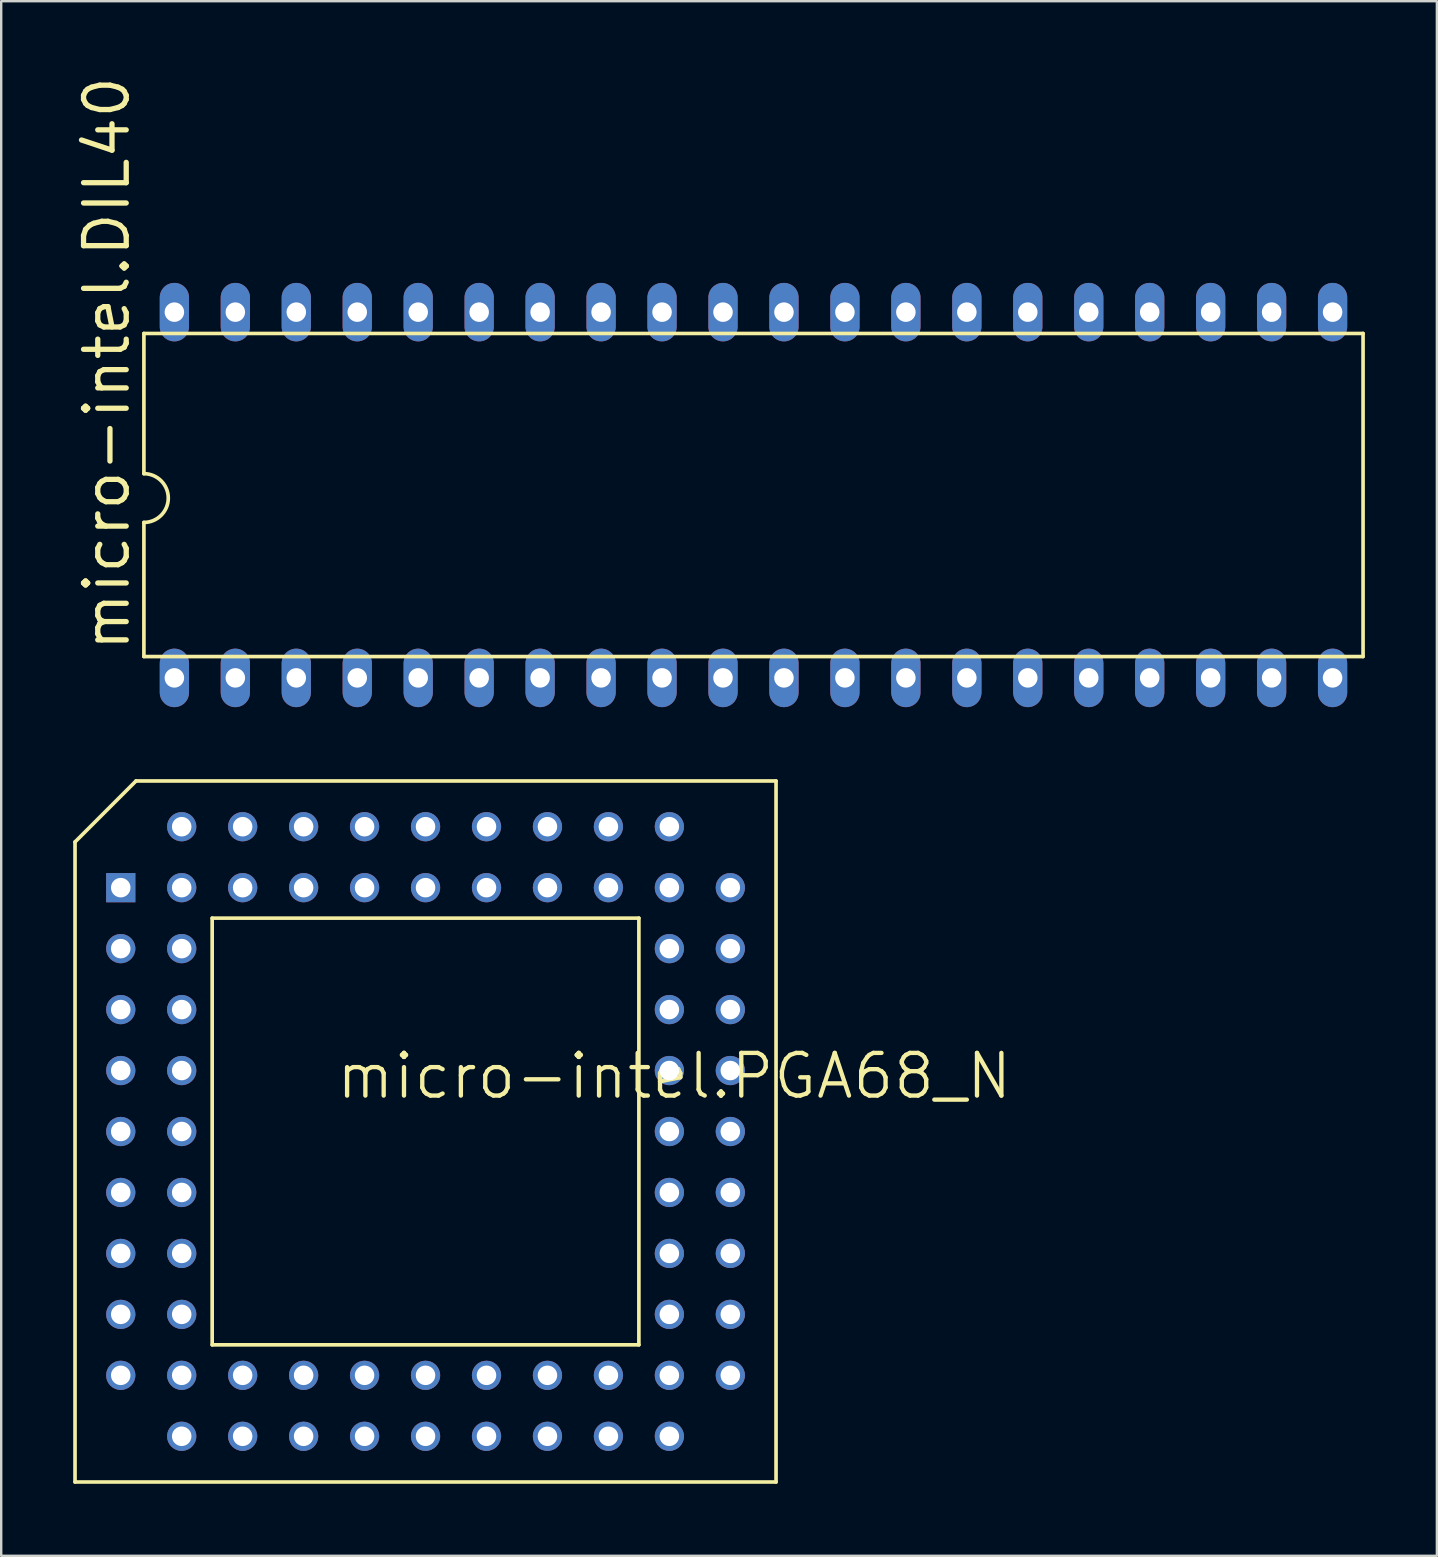
<source format=kicad_pcb>
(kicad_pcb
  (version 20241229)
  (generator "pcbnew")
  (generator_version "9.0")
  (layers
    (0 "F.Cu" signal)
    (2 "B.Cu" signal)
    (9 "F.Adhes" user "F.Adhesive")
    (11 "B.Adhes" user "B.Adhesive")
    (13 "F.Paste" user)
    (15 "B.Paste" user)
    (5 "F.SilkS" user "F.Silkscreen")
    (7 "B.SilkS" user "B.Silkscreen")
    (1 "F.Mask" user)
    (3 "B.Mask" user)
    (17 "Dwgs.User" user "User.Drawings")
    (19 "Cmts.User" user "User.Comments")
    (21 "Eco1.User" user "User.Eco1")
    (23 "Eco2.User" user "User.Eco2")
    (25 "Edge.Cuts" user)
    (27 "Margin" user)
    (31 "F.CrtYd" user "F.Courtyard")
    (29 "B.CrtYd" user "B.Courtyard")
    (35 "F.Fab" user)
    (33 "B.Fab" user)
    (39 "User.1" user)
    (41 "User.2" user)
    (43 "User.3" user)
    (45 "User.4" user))
  (footprint "micro-intel.PGA68_N"
    (layer "F.Cu")
    (at 14.681 44.097)
    (property "Reference" "micro-intel.PGA68_N" (at -3.81 -1.27 0) (layer "F.SilkS") (effects (font (size 1.778 1.778) (thickness 0.18)) (justify left bottom)))
    (attr through_hole)
    (fp_line (start -14.605 -12.065) (end -12.065 -14.605) (stroke (width 0.152) (type default)) (layer "F.SilkS"))
    (fp_line (start -14.605 14.605) (end -14.605 -12.065) (stroke (width 0.152) (type default)) (layer "F.SilkS"))
    (fp_line (start -12.065 -14.605) (end 14.605 -14.605) (stroke (width 0.152) (type default)) (layer "F.SilkS"))
    (fp_line (start -8.89 8.89) (end -8.89 -8.89) (stroke (width 0.152) (type default)) (layer "F.SilkS"))
    (fp_line (start -8.89 8.89) (end 8.89 8.89) (stroke (width 0.152) (type default)) (layer "F.SilkS"))
    (fp_line (start 8.89 -8.89) (end -8.89 -8.89) (stroke (width 0.152) (type default)) (layer "F.SilkS"))
    (fp_line (start 8.89 -8.89) (end 8.89 8.89) (stroke (width 0.152) (type default)) (layer "F.SilkS"))
    (fp_line (start 14.605 -14.605) (end 14.605 14.605) (stroke (width 0.152) (type default)) (layer "F.SilkS"))
    (fp_line (start 14.605 14.605) (end -14.605 14.605) (stroke (width 0.152) (type default)) (layer "F.SilkS"))
    (pad "1" thru_hole rect (at -12.7 -10.16 270) (size 1.219 1.219) (drill 0.813) (layers "*.Cu" "*.Mask"))
    (pad "2" thru_hole circle (at -10.16 -10.16 270) (size 1.219 1.219) (drill 0.813) (layers "*.Cu" "*.Mask"))
    (pad "3" thru_hole circle (at -12.7 -7.62 270) (size 1.219 1.219) (drill 0.813) (layers "*.Cu" "*.Mask"))
    (pad "4" thru_hole circle (at -10.16 -7.62 270) (size 1.219 1.219) (drill 0.813) (layers "*.Cu" "*.Mask"))
    (pad "5" thru_hole circle (at -12.7 -5.08 270) (size 1.219 1.219) (drill 0.813) (layers "*.Cu" "*.Mask"))
    (pad "6" thru_hole circle (at -10.16 -5.08 270) (size 1.219 1.219) (drill 0.813) (layers "*.Cu" "*.Mask"))
    (pad "7" thru_hole circle (at -12.7 -2.54 270) (size 1.219 1.219) (drill 0.813) (layers "*.Cu" "*.Mask"))
    (pad "8" thru_hole circle (at -10.16 -2.54 270) (size 1.219 1.219) (drill 0.813) (layers "*.Cu" "*.Mask"))
    (pad "9" thru_hole circle (at -12.7 0 270) (size 1.219 1.219) (drill 0.813) (layers "*.Cu" "*.Mask"))
    (pad "10" thru_hole circle (at -10.16 0 270) (size 1.219 1.219) (drill 0.813) (layers "*.Cu" "*.Mask"))
    (pad "11" thru_hole circle (at -12.7 2.54 270) (size 1.219 1.219) (drill 0.813) (layers "*.Cu" "*.Mask"))
    (pad "12" thru_hole circle (at -10.16 2.54 270) (size 1.219 1.219) (drill 0.813) (layers "*.Cu" "*.Mask"))
    (pad "13" thru_hole circle (at -12.7 5.08 270) (size 1.219 1.219) (drill 0.813) (layers "*.Cu" "*.Mask"))
    (pad "14" thru_hole circle (at -10.16 5.08 270) (size 1.219 1.219) (drill 0.813) (layers "*.Cu" "*.Mask"))
    (pad "15" thru_hole circle (at -12.7 7.62 270) (size 1.219 1.219) (drill 0.813) (layers "*.Cu" "*.Mask"))
    (pad "16" thru_hole circle (at -10.16 7.62 270) (size 1.219 1.219) (drill 0.813) (layers "*.Cu" "*.Mask"))
    (pad "17" thru_hole circle (at -12.7 10.16 270) (size 1.219 1.219) (drill 0.813) (layers "*.Cu" "*.Mask"))
    (pad "18" thru_hole circle (at -10.16 12.7 270) (size 1.219 1.219) (drill 0.813) (layers "*.Cu" "*.Mask"))
    (pad "19" thru_hole circle (at -10.16 10.16 270) (size 1.219 1.219) (drill 0.813) (layers "*.Cu" "*.Mask"))
    (pad "20" thru_hole circle (at -7.62 12.7 270) (size 1.219 1.219) (drill 0.813) (layers "*.Cu" "*.Mask"))
    (pad "21" thru_hole circle (at -7.62 10.16 270) (size 1.219 1.219) (drill 0.813) (layers "*.Cu" "*.Mask"))
    (pad "22" thru_hole circle (at -5.08 12.7 270) (size 1.219 1.219) (drill 0.813) (layers "*.Cu" "*.Mask"))
    (pad "23" thru_hole circle (at -5.08 10.16 270) (size 1.219 1.219) (drill 0.813) (layers "*.Cu" "*.Mask"))
    (pad "24" thru_hole circle (at -2.54 12.7 270) (size 1.219 1.219) (drill 0.813) (layers "*.Cu" "*.Mask"))
    (pad "25" thru_hole circle (at -2.54 10.16 270) (size 1.219 1.219) (drill 0.813) (layers "*.Cu" "*.Mask"))
    (pad "26" thru_hole circle (at 0 12.7 270) (size 1.219 1.219) (drill 0.813) (layers "*.Cu" "*.Mask"))
    (pad "27" thru_hole circle (at 0 10.16 270) (size 1.219 1.219) (drill 0.813) (layers "*.Cu" "*.Mask"))
    (pad "28" thru_hole circle (at 2.54 12.7 270) (size 1.219 1.219) (drill 0.813) (layers "*.Cu" "*.Mask"))
    (pad "29" thru_hole circle (at 2.54 10.16 270) (size 1.219 1.219) (drill 0.813) (layers "*.Cu" "*.Mask"))
    (pad "30" thru_hole circle (at 5.08 12.7 270) (size 1.219 1.219) (drill 0.813) (layers "*.Cu" "*.Mask"))
    (pad "31" thru_hole circle (at 5.08 10.16 270) (size 1.219 1.219) (drill 0.813) (layers "*.Cu" "*.Mask"))
    (pad "32" thru_hole circle (at 7.62 12.7 270) (size 1.219 1.219) (drill 0.813) (layers "*.Cu" "*.Mask"))
    (pad "33" thru_hole circle (at 7.62 10.16 270) (size 1.219 1.219) (drill 0.813) (layers "*.Cu" "*.Mask"))
    (pad "34" thru_hole circle (at 10.16 12.7 270) (size 1.219 1.219) (drill 0.813) (layers "*.Cu" "*.Mask"))
    (pad "35" thru_hole circle (at 12.7 10.16 270) (size 1.219 1.219) (drill 0.813) (layers "*.Cu" "*.Mask"))
    (pad "36" thru_hole circle (at 10.16 10.16 270) (size 1.219 1.219) (drill 0.813) (layers "*.Cu" "*.Mask"))
    (pad "37" thru_hole circle (at 12.7 7.62 270) (size 1.219 1.219) (drill 0.813) (layers "*.Cu" "*.Mask"))
    (pad "38" thru_hole circle (at 10.16 7.62 270) (size 1.219 1.219) (drill 0.813) (layers "*.Cu" "*.Mask"))
    (pad "39" thru_hole circle (at 12.7 5.08 270) (size 1.219 1.219) (drill 0.813) (layers "*.Cu" "*.Mask"))
    (pad "40" thru_hole circle (at 10.16 5.08 270) (size 1.219 1.219) (drill 0.813) (layers "*.Cu" "*.Mask"))
    (pad "41" thru_hole circle (at 12.7 2.54 270) (size 1.219 1.219) (drill 0.813) (layers "*.Cu" "*.Mask"))
    (pad "42" thru_hole circle (at 10.16 2.54 270) (size 1.219 1.219) (drill 0.813) (layers "*.Cu" "*.Mask"))
    (pad "43" thru_hole circle (at 12.7 0 270) (size 1.219 1.219) (drill 0.813) (layers "*.Cu" "*.Mask"))
    (pad "44" thru_hole circle (at 10.16 0 270) (size 1.219 1.219) (drill 0.813) (layers "*.Cu" "*.Mask"))
    (pad "45" thru_hole circle (at 12.7 -2.54 270) (size 1.219 1.219) (drill 0.813) (layers "*.Cu" "*.Mask"))
    (pad "46" thru_hole circle (at 10.16 -2.54 270) (size 1.219 1.219) (drill 0.813) (layers "*.Cu" "*.Mask"))
    (pad "47" thru_hole circle (at 12.7 -5.08 270) (size 1.219 1.219) (drill 0.813) (layers "*.Cu" "*.Mask"))
    (pad "48" thru_hole circle (at 10.16 -5.08 270) (size 1.219 1.219) (drill 0.813) (layers "*.Cu" "*.Mask"))
    (pad "49" thru_hole circle (at 12.7 -7.62 270) (size 1.219 1.219) (drill 0.813) (layers "*.Cu" "*.Mask"))
    (pad "50" thru_hole circle (at 10.16 -7.62 270) (size 1.219 1.219) (drill 0.813) (layers "*.Cu" "*.Mask"))
    (pad "51" thru_hole circle (at 12.7 -10.16 270) (size 1.219 1.219) (drill 0.813) (layers "*.Cu" "*.Mask"))
    (pad "52" thru_hole circle (at 10.16 -12.7 270) (size 1.219 1.219) (drill 0.813) (layers "*.Cu" "*.Mask"))
    (pad "53" thru_hole circle (at 10.16 -10.16 270) (size 1.219 1.219) (drill 0.813) (layers "*.Cu" "*.Mask"))
    (pad "54" thru_hole circle (at 7.62 -12.7 270) (size 1.219 1.219) (drill 0.813) (layers "*.Cu" "*.Mask"))
    (pad "55" thru_hole circle (at 7.62 -10.16 270) (size 1.219 1.219) (drill 0.813) (layers "*.Cu" "*.Mask"))
    (pad "56" thru_hole circle (at 5.08 -12.7 270) (size 1.219 1.219) (drill 0.813) (layers "*.Cu" "*.Mask"))
    (pad "57" thru_hole circle (at 5.08 -10.16 270) (size 1.219 1.219) (drill 0.813) (layers "*.Cu" "*.Mask"))
    (pad "58" thru_hole circle (at 2.54 -12.7 270) (size 1.219 1.219) (drill 0.813) (layers "*.Cu" "*.Mask"))
    (pad "59" thru_hole circle (at 2.54 -10.16 270) (size 1.219 1.219) (drill 0.813) (layers "*.Cu" "*.Mask"))
    (pad "60" thru_hole circle (at 0 -12.7 270) (size 1.219 1.219) (drill 0.813) (layers "*.Cu" "*.Mask"))
    (pad "61" thru_hole circle (at 0 -10.16 270) (size 1.219 1.219) (drill 0.813) (layers "*.Cu" "*.Mask"))
    (pad "62" thru_hole circle (at -2.54 -12.7 270) (size 1.219 1.219) (drill 0.813) (layers "*.Cu" "*.Mask"))
    (pad "63" thru_hole circle (at -2.54 -10.16 270) (size 1.219 1.219) (drill 0.813) (layers "*.Cu" "*.Mask"))
    (pad "64" thru_hole circle (at -5.08 -12.7 270) (size 1.219 1.219) (drill 0.813) (layers "*.Cu" "*.Mask"))
    (pad "65" thru_hole circle (at -5.08 -10.16 270) (size 1.219 1.219) (drill 0.813) (layers "*.Cu" "*.Mask"))
    (pad "66" thru_hole circle (at -7.62 -12.7 270) (size 1.219 1.219) (drill 0.813) (layers "*.Cu" "*.Mask"))
    (pad "67" thru_hole circle (at -7.62 -10.16 270) (size 1.219 1.219) (drill 0.813) (layers "*.Cu" "*.Mask"))
    (pad "68" thru_hole circle (at -10.16 -12.7 270) (size 1.219 1.219) (drill 0.813) (layers "*.Cu" "*.Mask")))
  (footprint "micro-intel.DIL40"
    (layer "F.Cu")
    (at 28.346 17.576)
    (property "Reference" "micro-intel.DIL40" (at -25.908 6.604 90) (layer "F.SilkS") (effects (font (size 1.778 1.778) (thickness 0.22)) (justify left bottom)))
    (attr through_hole)
    (fp_line (start -25.4 -6.731) (end -25.4 -0.889) (stroke (width 0.152) (type default)) (layer "F.SilkS"))
    (fp_line (start -25.4 6.731) (end -25.4 1.143) (stroke (width 0.152) (type default)) (layer "F.SilkS"))
    (fp_line (start -25.4 6.731) (end 25.4 6.731) (stroke (width 0.152) (type default)) (layer "F.SilkS"))
    (fp_line (start 25.4 -6.731) (end -25.4 -6.731) (stroke (width 0.152) (type default)) (layer "F.SilkS"))
    (fp_line (start 25.4 -6.731) (end 25.4 6.731) (stroke (width 0.152) (type default)) (layer "F.SilkS"))
    (fp_arc (start -25.4 -0.889) (mid -24.384 0.127) (end -25.4 1.143) (stroke (width 0.1524) (type default)) (layer "F.SilkS"))
    (pad "1" thru_hole oval (at -24.13 7.62 90) (size 2.438 1.219) (drill 0.813) (layers "*.Cu" "*.Mask"))
    (pad "2" thru_hole oval (at -21.59 7.62 90) (size 2.438 1.219) (drill 0.813) (layers "*.Cu" "*.Mask"))
    (pad "3" thru_hole oval (at -19.05 7.62 90) (size 2.438 1.219) (drill 0.813) (layers "*.Cu" "*.Mask"))
    (pad "4" thru_hole oval (at -16.51 7.62 90) (size 2.438 1.219) (drill 0.813) (layers "*.Cu" "*.Mask"))
    (pad "5" thru_hole oval (at -13.97 7.62 90) (size 2.438 1.219) (drill 0.813) (layers "*.Cu" "*.Mask"))
    (pad "6" thru_hole oval (at -11.43 7.62 90) (size 2.438 1.219) (drill 0.813) (layers "*.Cu" "*.Mask"))
    (pad "7" thru_hole oval (at -8.89 7.62 90) (size 2.438 1.219) (drill 0.813) (layers "*.Cu" "*.Mask"))
    (pad "8" thru_hole oval (at -6.35 7.62 90) (size 2.438 1.219) (drill 0.813) (layers "*.Cu" "*.Mask"))
    (pad "9" thru_hole oval (at -3.81 7.62 90) (size 2.438 1.219) (drill 0.813) (layers "*.Cu" "*.Mask"))
    (pad "10" thru_hole oval (at -1.27 7.62 90) (size 2.438 1.219) (drill 0.813) (layers "*.Cu" "*.Mask"))
    (pad "11" thru_hole oval (at 1.27 7.62 90) (size 2.438 1.219) (drill 0.813) (layers "*.Cu" "*.Mask"))
    (pad "12" thru_hole oval (at 3.81 7.62 90) (size 2.438 1.219) (drill 0.813) (layers "*.Cu" "*.Mask"))
    (pad "13" thru_hole oval (at 6.35 7.62 90) (size 2.438 1.219) (drill 0.813) (layers "*.Cu" "*.Mask"))
    (pad "14" thru_hole oval (at 8.89 7.62 90) (size 2.438 1.219) (drill 0.813) (layers "*.Cu" "*.Mask"))
    (pad "15" thru_hole oval (at 11.43 7.62 90) (size 2.438 1.219) (drill 0.813) (layers "*.Cu" "*.Mask"))
    (pad "16" thru_hole oval (at 13.97 7.62 90) (size 2.438 1.219) (drill 0.813) (layers "*.Cu" "*.Mask"))
    (pad "17" thru_hole oval (at 16.51 7.62 90) (size 2.438 1.219) (drill 0.813) (layers "*.Cu" "*.Mask"))
    (pad "18" thru_hole oval (at 19.05 7.62 90) (size 2.438 1.219) (drill 0.813) (layers "*.Cu" "*.Mask"))
    (pad "19" thru_hole oval (at 21.59 7.62 90) (size 2.438 1.219) (drill 0.813) (layers "*.Cu" "*.Mask"))
    (pad "20" thru_hole oval (at 24.13 7.62 90) (size 2.438 1.219) (drill 0.813) (layers "*.Cu" "*.Mask"))
    (pad "21" thru_hole oval (at 24.13 -7.62 90) (size 2.438 1.219) (drill 0.813) (layers "*.Cu" "*.Mask"))
    (pad "22" thru_hole oval (at 21.59 -7.62 90) (size 2.438 1.219) (drill 0.813) (layers "*.Cu" "*.Mask"))
    (pad "23" thru_hole oval (at 19.05 -7.62 90) (size 2.438 1.219) (drill 0.813) (layers "*.Cu" "*.Mask"))
    (pad "24" thru_hole oval (at 16.51 -7.62 90) (size 2.438 1.219) (drill 0.813) (layers "*.Cu" "*.Mask"))
    (pad "25" thru_hole oval (at 13.97 -7.62 90) (size 2.438 1.219) (drill 0.813) (layers "*.Cu" "*.Mask"))
    (pad "26" thru_hole oval (at 11.43 -7.62 90) (size 2.438 1.219) (drill 0.813) (layers "*.Cu" "*.Mask"))
    (pad "27" thru_hole oval (at 8.89 -7.62 90) (size 2.438 1.219) (drill 0.813) (layers "*.Cu" "*.Mask"))
    (pad "28" thru_hole oval (at 6.35 -7.62 90) (size 2.438 1.219) (drill 0.813) (layers "*.Cu" "*.Mask"))
    (pad "29" thru_hole oval (at 3.81 -7.62 90) (size 2.438 1.219) (drill 0.813) (layers "*.Cu" "*.Mask"))
    (pad "30" thru_hole oval (at 1.27 -7.62 90) (size 2.438 1.219) (drill 0.813) (layers "*.Cu" "*.Mask"))
    (pad "31" thru_hole oval (at -1.27 -7.62 90) (size 2.438 1.219) (drill 0.813) (layers "*.Cu" "*.Mask"))
    (pad "32" thru_hole oval (at -3.81 -7.62 90) (size 2.438 1.219) (drill 0.813) (layers "*.Cu" "*.Mask"))
    (pad "33" thru_hole oval (at -6.35 -7.62 90) (size 2.438 1.219) (drill 0.813) (layers "*.Cu" "*.Mask"))
    (pad "34" thru_hole oval (at -8.89 -7.62 90) (size 2.438 1.219) (drill 0.813) (layers "*.Cu" "*.Mask"))
    (pad "35" thru_hole oval (at -11.43 -7.62 90) (size 2.438 1.219) (drill 0.813) (layers "*.Cu" "*.Mask"))
    (pad "36" thru_hole oval (at -13.97 -7.62 90) (size 2.438 1.219) (drill 0.813) (layers "*.Cu" "*.Mask"))
    (pad "37" thru_hole oval (at -16.51 -7.62 90) (size 2.438 1.219) (drill 0.813) (layers "*.Cu" "*.Mask"))
    (pad "38" thru_hole oval (at -19.05 -7.62 90) (size 2.438 1.219) (drill 0.813) (layers "*.Cu" "*.Mask"))
    (pad "39" thru_hole oval (at -21.59 -7.62 90) (size 2.438 1.219) (drill 0.813) (layers "*.Cu" "*.Mask"))
    (pad "40" thru_hole oval (at -24.13 -7.62 90) (size 2.438 1.219) (drill 0.813) (layers "*.Cu" "*.Mask")))
  (gr_rect
    (start -3 -3)
    (end 56.822 61.778)
    (stroke (width 0.1) (type default))
    (fill no)
    (layer "Edge.Cuts")))
</source>
